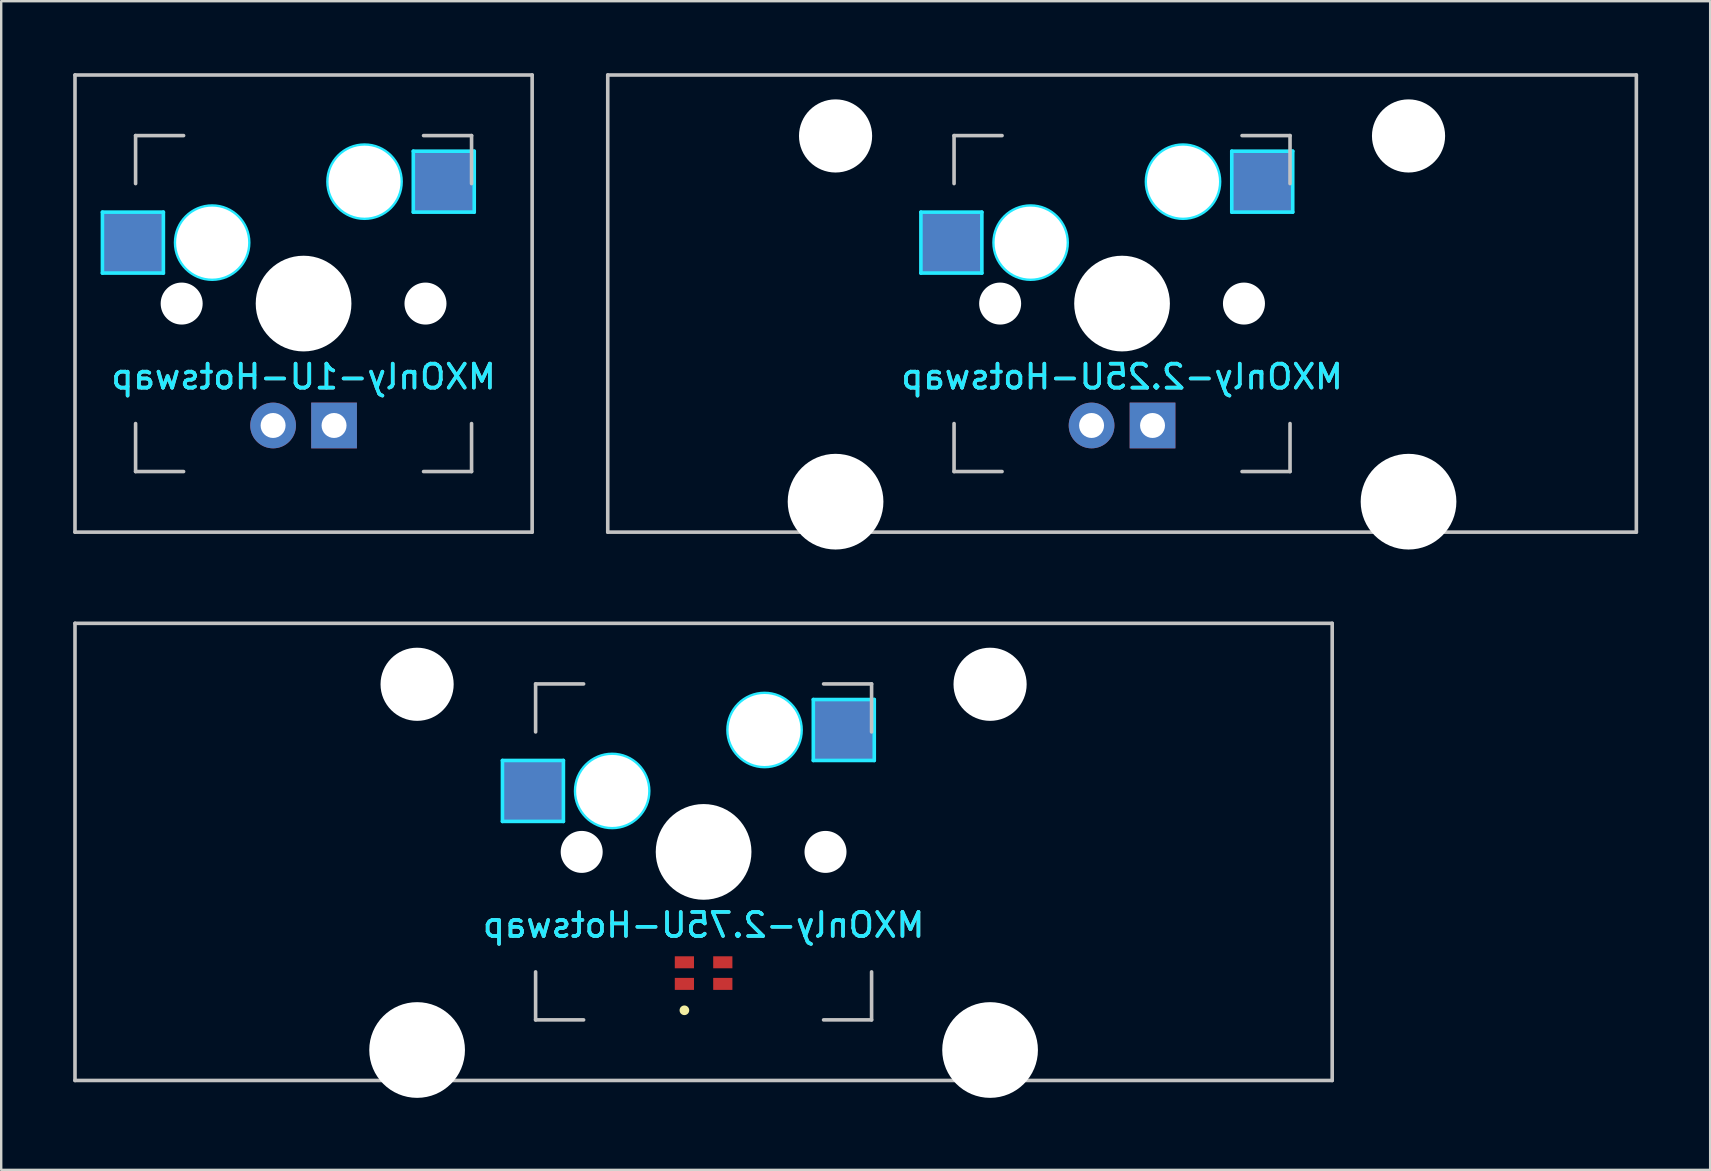
<source format=kicad_pcb>
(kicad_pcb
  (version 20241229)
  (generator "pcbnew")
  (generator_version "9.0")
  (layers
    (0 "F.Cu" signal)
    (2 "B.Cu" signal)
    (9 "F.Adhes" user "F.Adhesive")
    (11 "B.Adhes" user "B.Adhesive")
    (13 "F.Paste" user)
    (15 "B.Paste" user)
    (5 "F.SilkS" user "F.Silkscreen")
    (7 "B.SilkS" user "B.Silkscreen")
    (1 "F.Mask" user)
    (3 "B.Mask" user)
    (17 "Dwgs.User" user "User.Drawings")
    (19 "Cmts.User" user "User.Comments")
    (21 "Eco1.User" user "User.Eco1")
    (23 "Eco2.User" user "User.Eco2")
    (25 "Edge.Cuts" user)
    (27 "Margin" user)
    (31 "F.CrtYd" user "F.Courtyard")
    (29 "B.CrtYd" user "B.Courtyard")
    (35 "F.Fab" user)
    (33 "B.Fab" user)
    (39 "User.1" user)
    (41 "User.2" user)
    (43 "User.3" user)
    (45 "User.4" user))
  (footprint "MXOnly-2.25U-Hotswap"
    (layer "F.Cu")
    (at 43.706 9.6)
    (property "Reference" "MXOnly-2.25U-Hotswap" (at 0 3.048 0) (layer "B.CrtYd") (effects (font (size 1 1) (thickness 0.15)) (justify mirror)))
    (attr smd)
    (fp_line (start -21.431 -9.525) (end 21.431 -9.525) (stroke (width 0.15) (type solid)) (layer "Dwgs.User"))
    (fp_line (start -21.431 9.525) (end -21.431 -9.525) (stroke (width 0.15) (type solid)) (layer "Dwgs.User"))
    (fp_line (start -7 -7) (end -7 -5) (stroke (width 0.15) (type solid)) (layer "Dwgs.User"))
    (fp_line (start -7 5) (end -7 7) (stroke (width 0.15) (type solid)) (layer "Dwgs.User"))
    (fp_line (start -7 7) (end -5 7) (stroke (width 0.15) (type solid)) (layer "Dwgs.User"))
    (fp_line (start -5 -7) (end -7 -7) (stroke (width 0.15) (type solid)) (layer "Dwgs.User"))
    (fp_line (start 5 -7) (end 7 -7) (stroke (width 0.15) (type solid)) (layer "Dwgs.User"))
    (fp_line (start 5 7) (end 7 7) (stroke (width 0.15) (type solid)) (layer "Dwgs.User"))
    (fp_line (start 7 -7) (end 7 -5) (stroke (width 0.15) (type solid)) (layer "Dwgs.User"))
    (fp_line (start 7 7) (end 7 5) (stroke (width 0.15) (type solid)) (layer "Dwgs.User"))
    (fp_line (start 21.431 -9.525) (end 21.431 9.525) (stroke (width 0.15) (type solid)) (layer "Dwgs.User"))
    (fp_line (start 21.431 9.525) (end -21.431 9.525) (stroke (width 0.15) (type solid)) (layer "Dwgs.User"))
    (fp_line (start -8.382 -3.81) (end -5.842 -3.81) (stroke (width 0.15) (type solid)) (layer "B.CrtYd"))
    (fp_line (start -8.382 -1.27) (end -8.382 -3.81) (stroke (width 0.15) (type solid)) (layer "B.CrtYd"))
    (fp_line (start -5.842 -3.81) (end -5.842 -1.27) (stroke (width 0.15) (type solid)) (layer "B.CrtYd"))
    (fp_line (start -5.842 -1.27) (end -8.382 -1.27) (stroke (width 0.15) (type solid)) (layer "B.CrtYd"))
    (fp_line (start 4.572 -6.35) (end 7.112 -6.35) (stroke (width 0.15) (type solid)) (layer "B.CrtYd"))
    (fp_line (start 4.572 -3.81) (end 4.572 -6.35) (stroke (width 0.15) (type solid)) (layer "B.CrtYd"))
    (fp_line (start 7.112 -6.35) (end 7.112 -3.81) (stroke (width 0.15) (type solid)) (layer "B.CrtYd"))
    (fp_line (start 7.112 -3.81) (end 4.572 -3.81) (stroke (width 0.15) (type solid)) (layer "B.CrtYd"))
    (fp_circle (center -3.81 -2.54) (end -3.81 -4.064) (stroke (width 0.15) (type solid)) (fill no) (layer "B.CrtYd"))
    (fp_circle (center 2.54 -5.08) (end 2.54 -6.604) (stroke (width 0.15) (type solid)) (fill no) (layer "B.CrtYd"))
    (fp_text user "${REFERENCE}" (at 0 3.048 0) (layer "B.SilkS") (effects (font (size 1 1) (thickness 0.15)) (justify mirror)))
    (pad "" np_thru_hole circle (at -11.938 -6.985) (size 3.048 3.048) (drill 3.048) (layers "*.Cu" "*.Mask"))
    (pad "" np_thru_hole circle (at -11.938 8.255) (size 3.988 3.988) (drill 3.988) (layers "*.Cu" "*.Mask"))
    (pad "" np_thru_hole circle (at -5.08 0 48.1) (size 1.75 1.75) (drill 1.75) (layers "*.Cu" "*.Mask"))
    (pad "" np_thru_hole circle (at -3.81 -2.54) (size 3 3) (drill 3) (layers "*.Cu" "*.Mask"))
    (pad "" np_thru_hole circle (at 0 0) (size 3.988 3.988) (drill 3.988) (layers "*.Cu" "*.Mask"))
    (pad "" np_thru_hole circle (at 2.54 -5.08) (size 3 3) (drill 3) (layers "*.Cu" "*.Mask"))
    (pad "" np_thru_hole circle (at 5.08 0 48.1) (size 1.75 1.75) (drill 1.75) (layers "*.Cu" "*.Mask"))
    (pad "" np_thru_hole circle (at 11.938 -6.985) (size 3.048 3.048) (drill 3.048) (layers "*.Cu" "*.Mask"))
    (pad "" np_thru_hole circle (at 11.938 8.255) (size 3.988 3.988) (drill 3.988) (layers "*.Cu" "*.Mask"))
    (pad "1" smd rect (at -7.085 -2.54) (size 2.55 2.5) (layers "B.Cu" "B.Mask" "B.Paste"))
    (pad "2" smd rect (at 5.842 -5.08) (size 2.55 2.5) (layers "B.Cu" "B.Mask" "B.Paste"))
    (pad "3" thru_hole circle (at -1.27 5.08) (size 1.905 1.905) (drill 1.04) (layers "*.Cu" "*.Mask"))
    (pad "4" thru_hole rect (at 1.27 5.08) (size 1.905 1.905) (drill 1.04) (layers "*.Cu" "*.Mask")))
  (footprint "MXOnly-2.75U-Hotswap"
    (layer "F.Cu")
    (at 26.269 32.449)
    (property "Reference" "MXOnly-2.75U-Hotswap" (at 0 3.048 0) (layer "B.CrtYd") (effects (font (size 1 1) (thickness 0.15)) (justify mirror)))
    (attr smd)
    (fp_circle (center -0.8 6.6) (end -0.659 6.6) (stroke (width 0.12) (type solid)) (fill yes) (layer "F.SilkS"))
    (fp_line (start -26.194 -9.525) (end 26.194 -9.525) (stroke (width 0.15) (type solid)) (layer "Dwgs.User"))
    (fp_line (start -26.194 9.525) (end -26.194 -9.525) (stroke (width 0.15) (type solid)) (layer "Dwgs.User"))
    (fp_line (start -7 -7) (end -7 -5) (stroke (width 0.15) (type solid)) (layer "Dwgs.User"))
    (fp_line (start -7 5) (end -7 7) (stroke (width 0.15) (type solid)) (layer "Dwgs.User"))
    (fp_line (start -7 7) (end -5 7) (stroke (width 0.15) (type solid)) (layer "Dwgs.User"))
    (fp_line (start -5 -7) (end -7 -7) (stroke (width 0.15) (type solid)) (layer "Dwgs.User"))
    (fp_line (start 5 -7) (end 7 -7) (stroke (width 0.15) (type solid)) (layer "Dwgs.User"))
    (fp_line (start 5 7) (end 7 7) (stroke (width 0.15) (type solid)) (layer "Dwgs.User"))
    (fp_line (start 7 -7) (end 7 -5) (stroke (width 0.15) (type solid)) (layer "Dwgs.User"))
    (fp_line (start 7 7) (end 7 5) (stroke (width 0.15) (type solid)) (layer "Dwgs.User"))
    (fp_line (start 26.194 -9.525) (end 26.194 9.525) (stroke (width 0.15) (type solid)) (layer "Dwgs.User"))
    (fp_line (start 26.194 9.525) (end -26.194 9.525) (stroke (width 0.15) (type solid)) (layer "Dwgs.User"))
    (fp_line (start -8.382 -3.81) (end -5.842 -3.81) (stroke (width 0.15) (type solid)) (layer "B.CrtYd"))
    (fp_line (start -8.382 -1.27) (end -8.382 -3.81) (stroke (width 0.15) (type solid)) (layer "B.CrtYd"))
    (fp_line (start -5.842 -3.81) (end -5.842 -1.27) (stroke (width 0.15) (type solid)) (layer "B.CrtYd"))
    (fp_line (start -5.842 -1.27) (end -8.382 -1.27) (stroke (width 0.15) (type solid)) (layer "B.CrtYd"))
    (fp_line (start 4.572 -6.35) (end 7.112 -6.35) (stroke (width 0.15) (type solid)) (layer "B.CrtYd"))
    (fp_line (start 4.572 -3.81) (end 4.572 -6.35) (stroke (width 0.15) (type solid)) (layer "B.CrtYd"))
    (fp_line (start 7.112 -6.35) (end 7.112 -3.81) (stroke (width 0.15) (type solid)) (layer "B.CrtYd"))
    (fp_line (start 7.112 -3.81) (end 4.572 -3.81) (stroke (width 0.15) (type solid)) (layer "B.CrtYd"))
    (fp_circle (center -3.81 -2.54) (end -3.81 -4.064) (stroke (width 0.15) (type solid)) (fill no) (layer "B.CrtYd"))
    (fp_circle (center 2.54 -5.08) (end 2.54 -6.604) (stroke (width 0.15) (type solid)) (fill no) (layer "B.CrtYd"))
    (fp_text user "${REFERENCE}" (at 0 3.048 0) (layer "B.SilkS") (effects (font (size 1 1) (thickness 0.15)) (justify mirror)))
    (pad "" np_thru_hole circle (at -11.938 -6.985) (size 3.048 3.048) (drill 3.048) (layers "*.Cu" "*.Mask"))
    (pad "" np_thru_hole circle (at -11.938 8.255) (size 3.988 3.988) (drill 3.988) (layers "*.Cu" "*.Mask"))
    (pad "" np_thru_hole circle (at -5.08 0 48.1) (size 1.75 1.75) (drill 1.75) (layers "*.Cu" "*.Mask"))
    (pad "" np_thru_hole circle (at -3.81 -2.54) (size 3 3) (drill 3) (layers "*.Cu" "*.Mask"))
    (pad "" np_thru_hole circle (at 0 0) (size 3.988 3.988) (drill 3.988) (layers "*.Cu" "*.Mask"))
    (pad "" np_thru_hole circle (at 2.54 -5.08) (size 3 3) (drill 3) (layers "*.Cu" "*.Mask"))
    (pad "" np_thru_hole circle (at 5.08 0 48.1) (size 1.75 1.75) (drill 1.75) (layers "*.Cu" "*.Mask"))
    (pad "" np_thru_hole circle (at 11.938 -6.985) (size 3.048 3.048) (drill 3.048) (layers "*.Cu" "*.Mask"))
    (pad "" np_thru_hole circle (at 11.938 8.255) (size 3.988 3.988) (drill 3.988) (layers "*.Cu" "*.Mask"))
    (pad "1" smd rect (at -7.085 -2.54) (size 2.55 2.5) (layers "B.Cu" "B.Mask" "B.Paste"))
    (pad "2" smd rect (at 5.842 -5.08) (size 2.55 2.5) (layers "B.Cu" "B.Mask" "B.Paste"))
    (pad "3" smd rect (at -0.8 5.5 90) (size 0.5 0.8) (layers "F.Cu" "F.Mask" "F.Paste"))
    (pad "4" smd rect (at -0.8 4.6 90) (size 0.5 0.8) (layers "F.Cu" "F.Mask" "F.Paste"))
    (pad "5" smd rect (at 0.8 4.6 90) (size 0.5 0.8) (layers "F.Cu" "F.Mask" "F.Paste"))
    (pad "6" smd rect (at 0.8 5.5 90) (size 0.5 0.8) (layers "F.Cu" "F.Mask" "F.Paste")))
  (footprint "MXOnly-1U-Hotswap"
    (layer "F.Cu")
    (at 9.6 9.6)
    (property "Reference" "MXOnly-1U-Hotswap" (at 0 3.048 0) (layer "B.CrtYd") (effects (font (size 1 1) (thickness 0.15)) (justify mirror)))
    (attr smd)
    (fp_line (start -9.525 -9.525) (end 9.525 -9.525) (stroke (width 0.15) (type solid)) (layer "Dwgs.User"))
    (fp_line (start -9.525 9.525) (end -9.525 -9.525) (stroke (width 0.15) (type solid)) (layer "Dwgs.User"))
    (fp_line (start -7 -7) (end -7 -5) (stroke (width 0.15) (type solid)) (layer "Dwgs.User"))
    (fp_line (start -7 5) (end -7 7) (stroke (width 0.15) (type solid)) (layer "Dwgs.User"))
    (fp_line (start -7 7) (end -5 7) (stroke (width 0.15) (type solid)) (layer "Dwgs.User"))
    (fp_line (start -5 -7) (end -7 -7) (stroke (width 0.15) (type solid)) (layer "Dwgs.User"))
    (fp_line (start 5 -7) (end 7 -7) (stroke (width 0.15) (type solid)) (layer "Dwgs.User"))
    (fp_line (start 5 7) (end 7 7) (stroke (width 0.15) (type solid)) (layer "Dwgs.User"))
    (fp_line (start 7 -7) (end 7 -5) (stroke (width 0.15) (type solid)) (layer "Dwgs.User"))
    (fp_line (start 7 7) (end 7 5) (stroke (width 0.15) (type solid)) (layer "Dwgs.User"))
    (fp_line (start 9.525 -9.525) (end 9.525 9.525) (stroke (width 0.15) (type solid)) (layer "Dwgs.User"))
    (fp_line (start 9.525 9.525) (end -9.525 9.525) (stroke (width 0.15) (type solid)) (layer "Dwgs.User"))
    (fp_line (start -8.382 -3.81) (end -8.382 -1.27) (stroke (width 0.15) (type solid)) (layer "B.CrtYd"))
    (fp_line (start -8.382 -1.27) (end -5.842 -1.27) (stroke (width 0.15) (type solid)) (layer "B.CrtYd"))
    (fp_line (start -5.842 -3.81) (end -8.382 -3.81) (stroke (width 0.15) (type solid)) (layer "B.CrtYd"))
    (fp_line (start -5.842 -1.27) (end -5.842 -3.81) (stroke (width 0.15) (type solid)) (layer "B.CrtYd"))
    (fp_line (start 4.572 -6.35) (end 7.112 -6.35) (stroke (width 0.15) (type solid)) (layer "B.CrtYd"))
    (fp_line (start 4.572 -3.81) (end 4.572 -6.35) (stroke (width 0.15) (type solid)) (layer "B.CrtYd"))
    (fp_line (start 7.112 -6.35) (end 7.112 -3.81) (stroke (width 0.15) (type solid)) (layer "B.CrtYd"))
    (fp_line (start 7.112 -3.81) (end 4.572 -3.81) (stroke (width 0.15) (type solid)) (layer "B.CrtYd"))
    (fp_circle (center -3.81 -2.54) (end -3.81 -4.064) (stroke (width 0.15) (type solid)) (fill no) (layer "B.CrtYd"))
    (fp_circle (center 2.54 -5.08) (end 2.54 -6.604) (stroke (width 0.15) (type solid)) (fill no) (layer "B.CrtYd"))
    (fp_text user "${REFERENCE}" (at 0 3.048 0) (layer "B.SilkS") (effects (font (size 1 1) (thickness 0.15)) (justify mirror)))
    (pad "" np_thru_hole circle (at -5.08 0 48.1) (size 1.75 1.75) (drill 1.75) (layers "*.Cu" "*.Mask"))
    (pad "" np_thru_hole circle (at -3.81 -2.54) (size 3 3) (drill 3) (layers "*.Cu" "*.Mask"))
    (pad "" np_thru_hole circle (at 0 0) (size 3.988 3.988) (drill 3.988) (layers "*.Cu" "*.Mask"))
    (pad "" np_thru_hole circle (at 2.54 -5.08) (size 3 3) (drill 3) (layers "*.Cu" "*.Mask"))
    (pad "" np_thru_hole circle (at 5.08 0 48.1) (size 1.75 1.75) (drill 1.75) (layers "*.Cu" "*.Mask"))
    (pad "1" smd rect (at -7.085 -2.54) (size 2.55 2.5) (layers "B.Cu" "B.Mask" "B.Paste"))
    (pad "2" smd rect (at 5.842 -5.08) (size 2.55 2.5) (layers "B.Cu" "B.Mask" "B.Paste"))
    (pad "3" thru_hole circle (at -1.27 5.08) (size 1.905 1.905) (drill 1.04) (layers "*.Cu" "B.Mask"))
    (pad "4" thru_hole rect (at 1.27 5.08) (size 1.905 1.905) (drill 1.04) (layers "*.Cu" "B.Mask")))
  (gr_rect
    (start -3 -3)
    (end 68.213 45.698)
    (stroke (width 0.1) (type default))
    (fill no)
    (layer "Edge.Cuts")))
</source>
